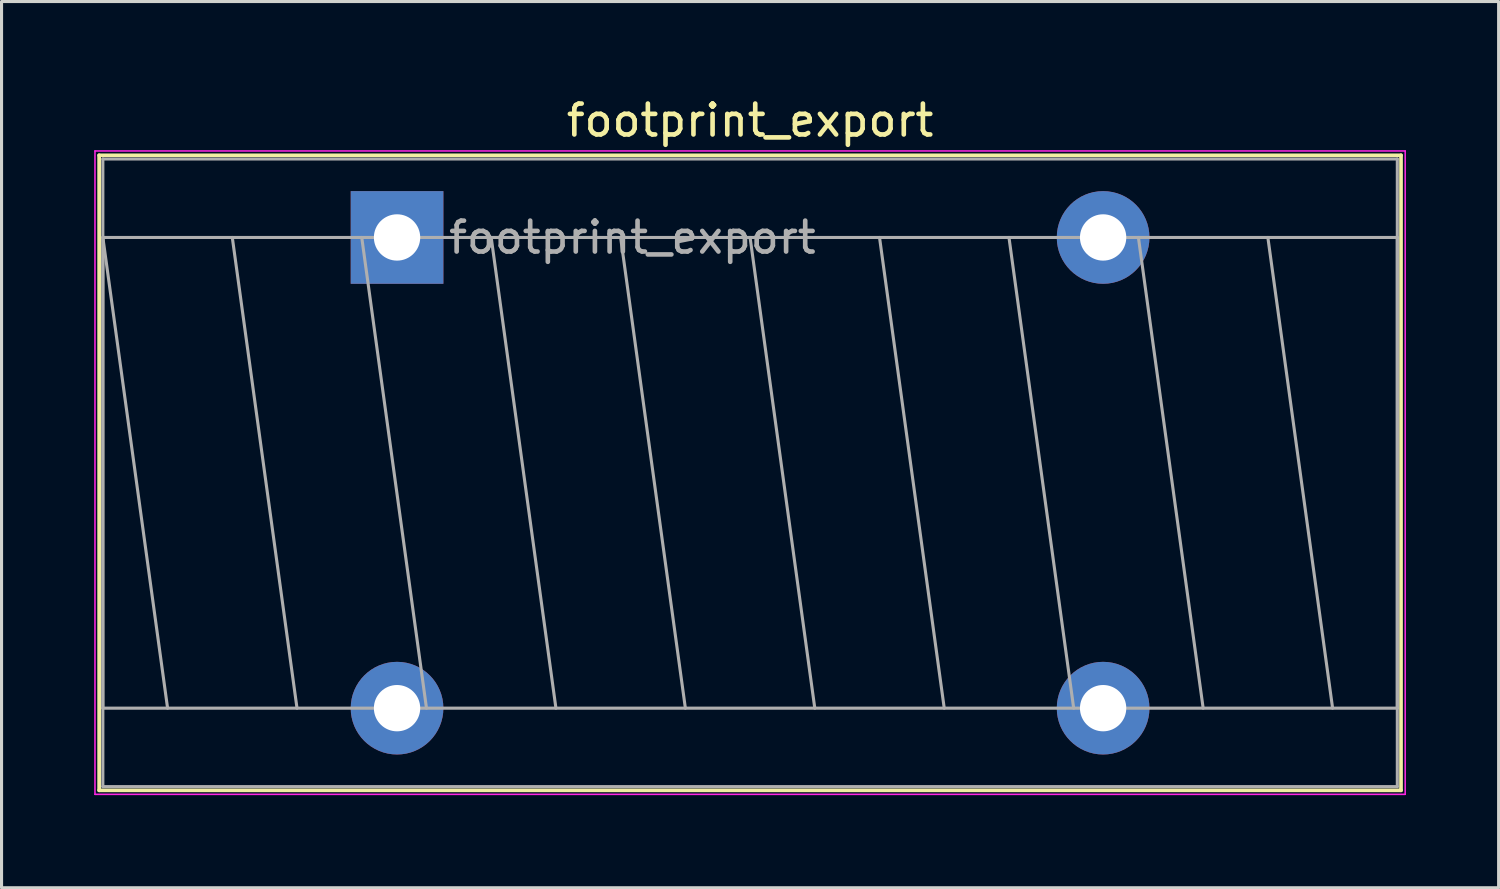
<source format=kicad_pcb>
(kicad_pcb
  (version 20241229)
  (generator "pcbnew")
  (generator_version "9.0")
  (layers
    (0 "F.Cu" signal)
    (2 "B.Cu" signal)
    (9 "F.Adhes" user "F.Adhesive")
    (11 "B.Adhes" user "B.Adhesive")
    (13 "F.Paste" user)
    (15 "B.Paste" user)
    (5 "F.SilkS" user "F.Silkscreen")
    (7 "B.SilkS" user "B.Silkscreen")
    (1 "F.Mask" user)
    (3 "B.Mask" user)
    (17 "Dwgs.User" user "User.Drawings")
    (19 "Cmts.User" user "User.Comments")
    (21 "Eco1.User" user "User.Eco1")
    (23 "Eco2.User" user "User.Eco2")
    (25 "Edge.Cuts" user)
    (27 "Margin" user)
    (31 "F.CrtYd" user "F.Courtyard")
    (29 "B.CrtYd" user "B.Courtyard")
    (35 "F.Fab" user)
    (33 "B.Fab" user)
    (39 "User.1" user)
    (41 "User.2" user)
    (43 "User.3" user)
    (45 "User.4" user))
  (footprint "footprint_export"
    (layer "F.Cu")
    (at 9.805 4.638)
    (property "Reference" "footprint_export" (at 11.43 -3.79 0) (layer "F.SilkS") (effects (font (size 1 1) (thickness 0.15))))
    (attr through_hole)
    (fp_line (start -9.645 -2.66) (end -9.645 17.9) (stroke (width 0.12) (type solid)) (layer "F.SilkS"))
    (fp_line (start -9.645 -2.66) (end 32.505 -2.66) (stroke (width 0.12) (type solid)) (layer "F.SilkS"))
    (fp_line (start -9.645 17.9) (end 32.505 17.9) (stroke (width 0.12) (type solid)) (layer "F.SilkS"))
    (fp_line (start 32.505 -2.66) (end 32.505 17.9) (stroke (width 0.12) (type solid)) (layer "F.SilkS"))
    (fp_line (start -9.78 -2.8) (end -9.78 18.03) (stroke (width 0.05) (type solid)) (layer "F.CrtYd"))
    (fp_line (start -9.78 18.03) (end 32.64 18.03) (stroke (width 0.05) (type solid)) (layer "F.CrtYd"))
    (fp_line (start 32.64 -2.8) (end -9.78 -2.8) (stroke (width 0.05) (type solid)) (layer "F.CrtYd"))
    (fp_line (start 32.64 18.03) (end 32.64 -2.8) (stroke (width 0.05) (type solid)) (layer "F.CrtYd"))
    (fp_line (start -9.525 -2.54) (end -9.525 17.78) (stroke (width 0.1) (type solid)) (layer "F.Fab"))
    (fp_line (start -9.525 0) (end -9.525 15.24) (stroke (width 0.1) (type solid)) (layer "F.Fab"))
    (fp_line (start -9.525 0) (end -7.429 15.24) (stroke (width 0.1) (type solid)) (layer "F.Fab"))
    (fp_line (start -9.525 15.24) (end 32.385 15.24) (stroke (width 0.1) (type solid)) (layer "F.Fab"))
    (fp_line (start -9.525 17.78) (end 32.385 17.78) (stroke (width 0.1) (type solid)) (layer "F.Fab"))
    (fp_line (start -5.334 0) (end -3.239 15.24) (stroke (width 0.1) (type solid)) (layer "F.Fab"))
    (fp_line (start -1.143 0) (end 0.953 15.24) (stroke (width 0.1) (type solid)) (layer "F.Fab"))
    (fp_line (start 3.048 0) (end 5.144 15.24) (stroke (width 0.1) (type solid)) (layer "F.Fab"))
    (fp_line (start 7.239 0) (end 9.335 15.24) (stroke (width 0.1) (type solid)) (layer "F.Fab"))
    (fp_line (start 11.43 0) (end 13.525 15.24) (stroke (width 0.1) (type solid)) (layer "F.Fab"))
    (fp_line (start 15.621 0) (end 17.716 15.24) (stroke (width 0.1) (type solid)) (layer "F.Fab"))
    (fp_line (start 19.812 0) (end 21.907 15.24) (stroke (width 0.1) (type solid)) (layer "F.Fab"))
    (fp_line (start 24.003 0) (end 26.099 15.24) (stroke (width 0.1) (type solid)) (layer "F.Fab"))
    (fp_line (start 28.194 0) (end 30.29 15.24) (stroke (width 0.1) (type solid)) (layer "F.Fab"))
    (fp_line (start 32.385 -2.54) (end -9.525 -2.54) (stroke (width 0.1) (type solid)) (layer "F.Fab"))
    (fp_line (start 32.385 0) (end -9.525 0) (stroke (width 0.1) (type solid)) (layer "F.Fab"))
    (fp_line (start 32.385 15.24) (end 32.385 0) (stroke (width 0.1) (type solid)) (layer "F.Fab"))
    (fp_line (start 32.385 17.78) (end 32.385 -2.54) (stroke (width 0.1) (type solid)) (layer "F.Fab"))
    (fp_text user "${REFERENCE}" (at 7.62 0 0) (layer "F.Fab") (effects (font (size 1 1) (thickness 0.15))))
    (pad "1" thru_hole rect (at 0 0) (size 3 3) (drill 1.5) (layers "*.Cu" "*.Mask"))
    (pad "2" thru_hole circle (at 0 15.24) (size 3 3) (drill 1.5) (layers "*.Cu" "*.Mask"))
    (pad "3" thru_hole circle (at 22.86 15.24) (size 3 3) (drill 1.5) (layers "*.Cu" "*.Mask"))
    (pad "4" thru_hole circle (at 22.86 0) (size 3 3) (drill 1.5) (layers "*.Cu" "*.Mask")))
  (gr_rect
    (start -3 -3)
    (end 45.47 25.693)
    (stroke (width 0.1) (type default))
    (fill no)
    (layer "Edge.Cuts")))
</source>
